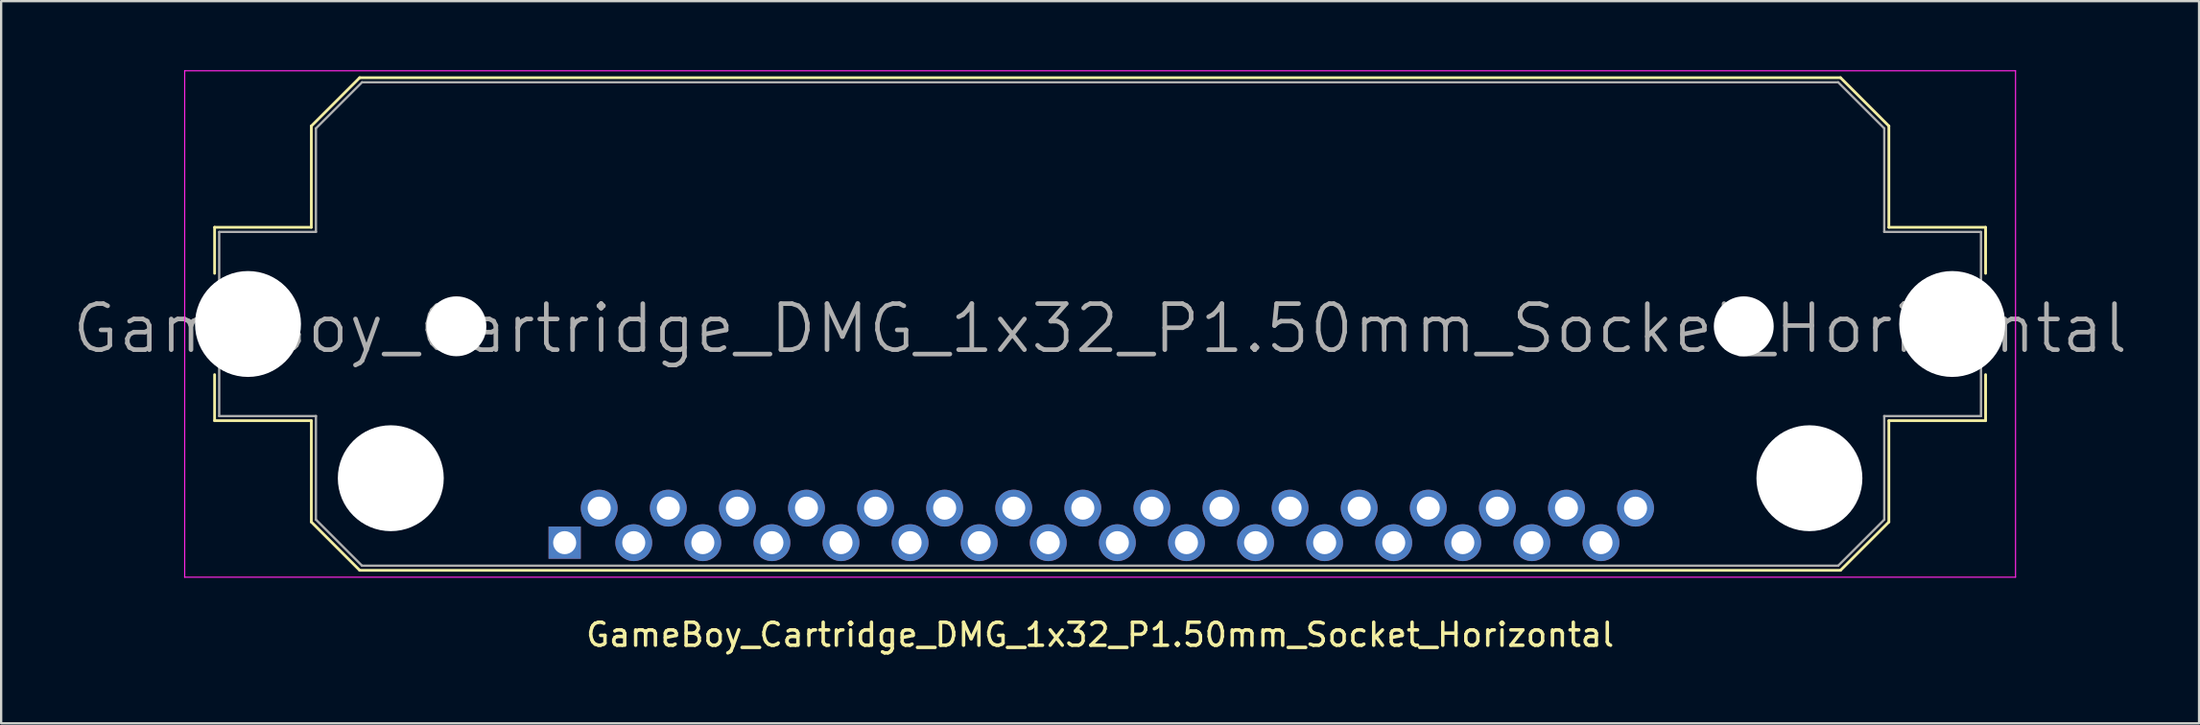
<source format=kicad_pcb>
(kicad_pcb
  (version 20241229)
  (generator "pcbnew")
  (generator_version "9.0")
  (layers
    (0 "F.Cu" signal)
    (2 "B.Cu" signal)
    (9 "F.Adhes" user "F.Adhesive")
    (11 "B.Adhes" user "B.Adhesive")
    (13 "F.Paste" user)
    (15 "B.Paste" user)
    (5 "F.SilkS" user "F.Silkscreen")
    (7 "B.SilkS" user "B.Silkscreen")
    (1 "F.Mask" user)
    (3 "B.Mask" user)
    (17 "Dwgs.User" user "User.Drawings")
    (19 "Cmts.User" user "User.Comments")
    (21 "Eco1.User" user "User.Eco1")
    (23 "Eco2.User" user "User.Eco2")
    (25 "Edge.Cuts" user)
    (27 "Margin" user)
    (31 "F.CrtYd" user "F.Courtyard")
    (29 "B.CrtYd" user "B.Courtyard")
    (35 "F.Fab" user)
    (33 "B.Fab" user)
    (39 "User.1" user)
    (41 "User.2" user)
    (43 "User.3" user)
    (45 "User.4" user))
  (footprint "GameBoy_Cartridge_DMG_1x32_P1.50mm_Socket_Horizontal"
    (layer "F.Cu")
    (at 21.469 20.525)
    (property "Reference" "GameBoy_Cartridge_DMG_1x32_P1.50mm_Socket_Horizontal" (at 23.25 4 0) (layer "F.SilkS") (effects (font (size 1 1) (thickness 0.15))))
    (attr through_hole)
    (fp_line (start -15.2 -13.7) (end -15.2 -11.7) (stroke (width 0.12) (type solid)) (layer "F.SilkS"))
    (fp_line (start -15.2 -13.7) (end -11 -13.7) (stroke (width 0.12) (type solid)) (layer "F.SilkS"))
    (fp_line (start -15.2 -7.3) (end -15.2 -5.3) (stroke (width 0.12) (type solid)) (layer "F.SilkS"))
    (fp_line (start -11 -18.1) (end -8.9 -20.2) (stroke (width 0.12) (type solid)) (layer "F.SilkS"))
    (fp_line (start -11 -13.7) (end -11 -18.1) (stroke (width 0.12) (type solid)) (layer "F.SilkS"))
    (fp_line (start -11 -5.3) (end -15.2 -5.3) (stroke (width 0.12) (type solid)) (layer "F.SilkS"))
    (fp_line (start -11 -0.9) (end -11 -5.3) (stroke (width 0.12) (type solid)) (layer "F.SilkS"))
    (fp_line (start -11 -0.9) (end -8.9 1.2) (stroke (width 0.12) (type solid)) (layer "F.SilkS"))
    (fp_line (start -8.9 -20.2) (end 55.4 -20.2) (stroke (width 0.12) (type solid)) (layer "F.SilkS"))
    (fp_line (start 55.4 -20.2) (end 57.5 -18.1) (stroke (width 0.12) (type solid)) (layer "F.SilkS"))
    (fp_line (start 55.4 1.2) (end -8.9 1.2) (stroke (width 0.12) (type solid)) (layer "F.SilkS"))
    (fp_line (start 57.5 -18.1) (end 57.5 -13.7) (stroke (width 0.12) (type solid)) (layer "F.SilkS"))
    (fp_line (start 57.5 -13.7) (end 61.7 -13.7) (stroke (width 0.12) (type solid)) (layer "F.SilkS"))
    (fp_line (start 57.5 -5.3) (end 57.5 -0.9) (stroke (width 0.12) (type solid)) (layer "F.SilkS"))
    (fp_line (start 57.5 -0.9) (end 55.4 1.2) (stroke (width 0.12) (type solid)) (layer "F.SilkS"))
    (fp_line (start 61.7 -13.7) (end 61.7 -11.7) (stroke (width 0.12) (type solid)) (layer "F.SilkS"))
    (fp_line (start 61.7 -7.3) (end 61.7 -5.3) (stroke (width 0.12) (type solid)) (layer "F.SilkS"))
    (fp_line (start 61.7 -5.3) (end 57.5 -5.3) (stroke (width 0.12) (type solid)) (layer "F.SilkS"))
    (fp_line (start -16.5 -20.5) (end -16.5 1.5) (stroke (width 0.05) (type solid)) (layer "F.CrtYd"))
    (fp_line (start 63 -20.5) (end -16.5 -20.5) (stroke (width 0.05) (type solid)) (layer "F.CrtYd"))
    (fp_line (start 63 -20.5) (end 63 1.5) (stroke (width 0.05) (type solid)) (layer "F.CrtYd"))
    (fp_line (start 63 1.5) (end -16.5 1.5) (stroke (width 0.05) (type solid)) (layer "F.CrtYd"))
    (fp_line (start -15 -13.5) (end -10.8 -13.5) (stroke (width 0.1) (type solid)) (layer "F.Fab"))
    (fp_line (start -15 -5.5) (end -15 -13.5) (stroke (width 0.1) (type solid)) (layer "F.Fab"))
    (fp_line (start -15 -5.5) (end -10.8 -5.5) (stroke (width 0.1) (type solid)) (layer "F.Fab"))
    (fp_line (start -10.8 -13.5) (end -10.8 -18) (stroke (width 0.1) (type solid)) (layer "F.Fab"))
    (fp_line (start -10.8 -5.5) (end -10.8 -1) (stroke (width 0.1) (type solid)) (layer "F.Fab"))
    (fp_line (start -10.8 -1) (end -8.8 1) (stroke (width 0.1) (type solid)) (layer "F.Fab"))
    (fp_line (start -8.8 -20) (end -10.8 -18) (stroke (width 0.1) (type solid)) (layer "F.Fab"))
    (fp_line (start -8.8 -20) (end 55.3 -20) (stroke (width 0.1) (type solid)) (layer "F.Fab"))
    (fp_line (start -8.8 1) (end 55.3 1) (stroke (width 0.1) (type solid)) (layer "F.Fab"))
    (fp_line (start 55.3 1) (end 57.3 -1) (stroke (width 0.1) (type solid)) (layer "F.Fab"))
    (fp_line (start 57.3 -18) (end 55.3 -20) (stroke (width 0.1) (type solid)) (layer "F.Fab"))
    (fp_line (start 57.3 -13.5) (end 57.3 -18) (stroke (width 0.1) (type solid)) (layer "F.Fab"))
    (fp_line (start 57.3 -13.5) (end 61.5 -13.5) (stroke (width 0.1) (type solid)) (layer "F.Fab"))
    (fp_line (start 57.3 -5.5) (end 57.3 -1) (stroke (width 0.1) (type solid)) (layer "F.Fab"))
    (fp_line (start 57.3 -5.5) (end 61.5 -5.5) (stroke (width 0.1) (type solid)) (layer "F.Fab"))
    (fp_line (start 61.5 -5.5) (end 61.5 -13.5) (stroke (width 0.1) (type solid)) (layer "F.Fab"))
    (fp_text user "${REFERENCE}" (at 23.25 -9.3 0) (layer "F.Fab") (effects (font (size 2 2) (thickness 0.2))))
    (pad "" np_thru_hole circle (at -13.75 -9.5) (size 4.6 4.6) (drill 4.6) (layers "*.Cu" "*.Mask"))
    (pad "" np_thru_hole circle (at -7.55 -2.8) (size 4.6 4.6) (drill 4.6) (layers "*.Cu" "*.Mask"))
    (pad "" np_thru_hole circle (at -4.7 -9.4) (size 2.6 2.6) (drill 2.6) (layers "*.Cu" "*.Mask"))
    (pad "" np_thru_hole circle (at 51.2 -9.4) (size 2.6 2.6) (drill 2.6) (layers "*.Cu" "*.Mask"))
    (pad "" np_thru_hole circle (at 54.05 -2.8) (size 4.6 4.6) (drill 4.6) (layers "*.Cu" "*.Mask"))
    (pad "" np_thru_hole circle (at 60.25 -9.5) (size 4.6 4.6) (drill 4.6) (layers "*.Cu" "*.Mask"))
    (pad "1" thru_hole rect (at 0 0) (size 1.4 1.4) (drill 1) (layers "*.Cu" "*.Mask"))
    (pad "2" thru_hole circle (at 1.5 -1.5) (size 1.6 1.6) (drill 1) (layers "*.Cu" "*.Mask"))
    (pad "3" thru_hole circle (at 3 0) (size 1.6 1.6) (drill 1) (layers "*.Cu" "*.Mask"))
    (pad "4" thru_hole circle (at 4.5 -1.5) (size 1.6 1.6) (drill 1) (layers "*.Cu" "*.Mask"))
    (pad "5" thru_hole circle (at 6 0) (size 1.6 1.6) (drill 1) (layers "*.Cu" "*.Mask"))
    (pad "6" thru_hole circle (at 7.5 -1.5) (size 1.6 1.6) (drill 1) (layers "*.Cu" "*.Mask"))
    (pad "7" thru_hole circle (at 9 0) (size 1.6 1.6) (drill 1) (layers "*.Cu" "*.Mask"))
    (pad "8" thru_hole circle (at 10.5 -1.5) (size 1.6 1.6) (drill 1) (layers "*.Cu" "*.Mask"))
    (pad "9" thru_hole circle (at 12 0) (size 1.6 1.6) (drill 1) (layers "*.Cu" "*.Mask"))
    (pad "10" thru_hole circle (at 13.5 -1.5) (size 1.6 1.6) (drill 1) (layers "*.Cu" "*.Mask"))
    (pad "11" thru_hole circle (at 15 0) (size 1.6 1.6) (drill 1) (layers "*.Cu" "*.Mask"))
    (pad "12" thru_hole circle (at 16.5 -1.5) (size 1.6 1.6) (drill 1) (layers "*.Cu" "*.Mask"))
    (pad "13" thru_hole circle (at 18 0) (size 1.6 1.6) (drill 1) (layers "*.Cu" "*.Mask"))
    (pad "14" thru_hole circle (at 19.5 -1.5) (size 1.6 1.6) (drill 1) (layers "*.Cu" "*.Mask"))
    (pad "15" thru_hole circle (at 21 0) (size 1.6 1.6) (drill 1) (layers "*.Cu" "*.Mask"))
    (pad "16" thru_hole circle (at 22.5 -1.5) (size 1.6 1.6) (drill 1) (layers "*.Cu" "*.Mask"))
    (pad "17" thru_hole circle (at 24 0) (size 1.6 1.6) (drill 1) (layers "*.Cu" "*.Mask"))
    (pad "18" thru_hole circle (at 25.5 -1.5) (size 1.6 1.6) (drill 1) (layers "*.Cu" "*.Mask"))
    (pad "19" thru_hole circle (at 27 0) (size 1.6 1.6) (drill 1) (layers "*.Cu" "*.Mask"))
    (pad "20" thru_hole circle (at 28.5 -1.5) (size 1.6 1.6) (drill 1) (layers "*.Cu" "*.Mask"))
    (pad "21" thru_hole circle (at 30 0) (size 1.6 1.6) (drill 1) (layers "*.Cu" "*.Mask"))
    (pad "22" thru_hole circle (at 31.5 -1.5) (size 1.6 1.6) (drill 1) (layers "*.Cu" "*.Mask"))
    (pad "23" thru_hole circle (at 33 0) (size 1.6 1.6) (drill 1) (layers "*.Cu" "*.Mask"))
    (pad "24" thru_hole circle (at 34.5 -1.5) (size 1.6 1.6) (drill 1) (layers "*.Cu" "*.Mask"))
    (pad "25" thru_hole circle (at 36 0) (size 1.6 1.6) (drill 1) (layers "*.Cu" "*.Mask"))
    (pad "26" thru_hole circle (at 37.5 -1.5) (size 1.6 1.6) (drill 1) (layers "*.Cu" "*.Mask"))
    (pad "27" thru_hole circle (at 39 0) (size 1.6 1.6) (drill 1) (layers "*.Cu" "*.Mask"))
    (pad "28" thru_hole circle (at 40.5 -1.5) (size 1.6 1.6) (drill 1) (layers "*.Cu" "*.Mask"))
    (pad "29" thru_hole circle (at 42 0) (size 1.6 1.6) (drill 1) (layers "*.Cu" "*.Mask"))
    (pad "30" thru_hole circle (at 43.5 -1.5) (size 1.6 1.6) (drill 1) (layers "*.Cu" "*.Mask"))
    (pad "31" thru_hole circle (at 45 0) (size 1.6 1.6) (drill 1) (layers "*.Cu" "*.Mask"))
    (pad "32" thru_hole circle (at 46.5 -1.5) (size 1.6 1.6) (drill 1) (layers "*.Cu" "*.Mask")))
  (gr_rect
    (start -3 -3)
    (end 92.438 28.373)
    (stroke (width 0.1) (type default))
    (fill no)
    (layer "Edge.Cuts")))
</source>
